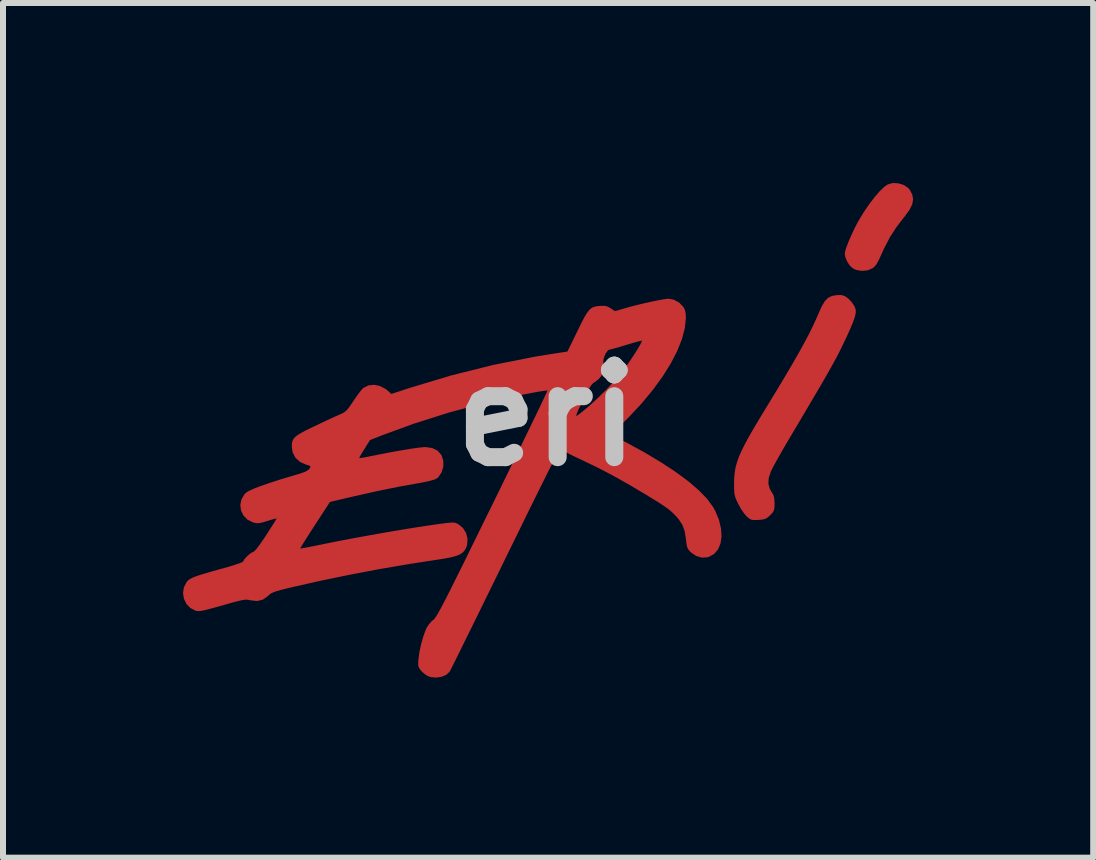
<source format=kicad_pcb>
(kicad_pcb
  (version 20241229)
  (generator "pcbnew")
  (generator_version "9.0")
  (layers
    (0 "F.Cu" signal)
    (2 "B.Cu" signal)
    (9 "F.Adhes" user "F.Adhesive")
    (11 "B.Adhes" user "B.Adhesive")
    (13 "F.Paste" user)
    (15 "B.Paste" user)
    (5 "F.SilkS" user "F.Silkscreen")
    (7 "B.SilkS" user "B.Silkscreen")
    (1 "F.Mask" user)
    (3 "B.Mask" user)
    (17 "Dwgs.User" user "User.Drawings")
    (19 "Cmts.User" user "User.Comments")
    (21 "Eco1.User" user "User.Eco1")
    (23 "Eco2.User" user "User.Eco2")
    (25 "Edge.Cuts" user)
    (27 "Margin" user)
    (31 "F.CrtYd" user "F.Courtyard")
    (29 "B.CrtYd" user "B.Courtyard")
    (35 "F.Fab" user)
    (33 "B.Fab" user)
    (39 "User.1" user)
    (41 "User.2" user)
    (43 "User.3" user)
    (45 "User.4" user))
  (footprint "eri"
    (layer "F.Cu")
    (at 6.061 3.878)
    (property "Reference" "eri" (at 0 0 0) (layer "Dwgs.User") (effects (font (size 1.524 1.524) (thickness 0.3))))
    (attr board_only exclude_from_pos_files exclude_from_bom)
    (fp_poly (pts (xy 5.856 -3.874) (xy 5.945 -3.847) (xy 6.019 -3.799) (xy 6.05 -3.763) (xy 6.091 -3.683) (xy 6.104 -3.606) (xy 6.09 -3.525) (xy 6.046 -3.435) (xy 5.971 -3.33) (xy 5.948 -3.302) (xy 5.821 -3.136) (xy 5.714 -2.969) (xy 5.619 -2.785) (xy 5.575 -2.688) (xy 5.532 -2.594) (xy 5.495 -2.528) (xy 5.461 -2.485) (xy 5.429 -2.459) (xy 5.347 -2.423) (xy 5.25 -2.414) (xy 5.155 -2.43) (xy 5.103 -2.454) (xy 5.049 -2.503) (xy 5.003 -2.574) (xy 4.972 -2.652) (xy 4.965 -2.699) (xy 4.973 -2.746) (xy 4.996 -2.819) (xy 5.032 -2.91) (xy 5.076 -3.011) (xy 5.125 -3.116) (xy 5.176 -3.215) (xy 5.199 -3.256) (xy 5.284 -3.396) (xy 5.374 -3.527) (xy 5.463 -3.644) (xy 5.548 -3.742) (xy 5.624 -3.815) (xy 5.682 -3.855) (xy 5.764 -3.878)) (stroke (width 0) (type solid)) (fill yes) (layer "F.Cu"))
    (fp_poly (pts (xy 4.968 -1.993) (xy 5.029 -1.949) (xy 5.085 -1.889) (xy 5.128 -1.823) (xy 5.146 -1.773) (xy 5.149 -1.733) (xy 5.143 -1.686) (xy 5.127 -1.626) (xy 5.099 -1.55) (xy 5.058 -1.452) (xy 5.003 -1.329) (xy 4.93 -1.177) (xy 4.926 -1.169) (xy 4.895 -1.105) (xy 4.863 -1.041) (xy 4.828 -0.973) (xy 4.787 -0.899) (xy 4.741 -0.815) (xy 4.687 -0.719) (xy 4.623 -0.607) (xy 4.548 -0.478) (xy 4.459 -0.327) (xy 4.357 -0.153) (xy 4.238 0.048) (xy 4.101 0.278) (xy 4.066 0.338) (xy 3.989 0.467) (xy 3.918 0.591) (xy 3.854 0.704) (xy 3.8 0.8) (xy 3.76 0.875) (xy 3.736 0.923) (xy 3.734 0.927) (xy 3.698 1.039) (xy 3.692 1.134) (xy 3.716 1.218) (xy 3.742 1.262) (xy 3.774 1.315) (xy 3.79 1.368) (xy 3.795 1.437) (xy 3.796 1.461) (xy 3.794 1.53) (xy 3.785 1.575) (xy 3.764 1.612) (xy 3.725 1.654) (xy 3.724 1.655) (xy 3.68 1.695) (xy 3.64 1.718) (xy 3.589 1.73) (xy 3.529 1.735) (xy 3.46 1.738) (xy 3.414 1.733) (xy 3.378 1.716) (xy 3.338 1.683) (xy 3.335 1.681) (xy 3.291 1.631) (xy 3.241 1.56) (xy 3.196 1.479) (xy 3.192 1.472) (xy 3.159 1.404) (xy 3.139 1.352) (xy 3.127 1.302) (xy 3.122 1.243) (xy 3.121 1.162) (xy 3.121 1.121) (xy 3.123 1.031) (xy 3.131 0.947) (xy 3.145 0.864) (xy 3.168 0.778) (xy 3.2 0.687) (xy 3.245 0.585) (xy 3.302 0.47) (xy 3.374 0.338) (xy 3.463 0.184) (xy 3.57 0.005) (xy 3.679 -0.174) (xy 3.837 -0.433) (xy 3.975 -0.663) (xy 4.095 -0.867) (xy 4.199 -1.048) (xy 4.288 -1.21) (xy 4.365 -1.354) (xy 4.43 -1.486) (xy 4.486 -1.606) (xy 4.53 -1.709) (xy 4.583 -1.827) (xy 4.634 -1.911) (xy 4.689 -1.966) (xy 4.755 -1.998) (xy 4.838 -2.011) (xy 4.914 -2.011)) (stroke (width 0) (type solid)) (fill yes) (layer "F.Cu"))
    (fp_poly (pts (xy 2.12 -1.933) (xy 2.206 -1.886) (xy 2.274 -1.816) (xy 2.274 -1.816) (xy 2.302 -1.764) (xy 2.315 -1.702) (xy 2.318 -1.632) (xy 2.301 -1.462) (xy 2.252 -1.277) (xy 2.173 -1.078) (xy 2.064 -0.868) (xy 1.928 -0.651) (xy 1.766 -0.429) (xy 1.58 -0.205) (xy 1.371 0.019) (xy 1.317 0.073) (xy 1.24 0.15) (xy 1.174 0.218) (xy 1.123 0.271) (xy 1.092 0.305) (xy 1.084 0.316) (xy 1.103 0.327) (xy 1.149 0.352) (xy 1.217 0.388) (xy 1.3 0.432) (xy 1.323 0.444) (xy 1.634 0.614) (xy 1.911 0.78) (xy 2.154 0.94) (xy 2.363 1.095) (xy 2.535 1.243) (xy 2.672 1.385) (xy 2.771 1.52) (xy 2.807 1.584) (xy 2.869 1.734) (xy 2.903 1.878) (xy 2.912 2.01) (xy 2.895 2.128) (xy 2.854 2.226) (xy 2.789 2.302) (xy 2.7 2.352) (xy 2.678 2.358) (xy 2.586 2.364) (xy 2.492 2.337) (xy 2.405 2.279) (xy 2.386 2.26) (xy 2.357 2.225) (xy 2.338 2.185) (xy 2.327 2.129) (xy 2.318 2.053) (xy 2.298 1.923) (xy 2.259 1.817) (xy 2.195 1.72) (xy 2.14 1.659) (xy 2.098 1.617) (xy 2.053 1.577) (xy 2.001 1.537) (xy 1.936 1.492) (xy 1.854 1.438) (xy 1.748 1.373) (xy 1.615 1.292) (xy 1.604 1.285) (xy 1.335 1.127) (xy 1.087 0.988) (xy 0.849 0.864) (xy 0.614 0.751) (xy 0.57 0.73) (xy 0.47 0.683) (xy 0.381 0.639) (xy 0.31 0.601) (xy 0.263 0.572) (xy 0.249 0.561) (xy 0.243 0.556) (xy 0.236 0.557) (xy 0.227 0.564) (xy 0.214 0.579) (xy 0.196 0.606) (xy 0.174 0.644) (xy 0.144 0.697) (xy 0.108 0.766) (xy 0.063 0.852) (xy 0.009 0.959) (xy -0.055 1.088) (xy -0.131 1.24) (xy -0.219 1.418) (xy -0.32 1.623) (xy -0.435 1.858) (xy -0.565 2.124) (xy -0.687 2.372) (xy -0.809 2.623) (xy -0.928 2.865) (xy -1.041 3.095) (xy -1.147 3.312) (xy -1.245 3.512) (xy -1.335 3.693) (xy -1.414 3.854) (xy -1.482 3.991) (xy -1.537 4.103) (xy -1.579 4.187) (xy -1.606 4.241) (xy -1.618 4.262) (xy -1.672 4.315) (xy -1.75 4.349) (xy -1.841 4.363) (xy -1.933 4.354) (xy -1.981 4.338) (xy -2.032 4.306) (xy -2.084 4.26) (xy -2.094 4.248) (xy -2.123 4.21) (xy -2.139 4.176) (xy -2.143 4.132) (xy -2.139 4.066) (xy -2.138 4.053) (xy -2.122 3.935) (xy -2.093 3.804) (xy -2.057 3.676) (xy -2.017 3.566) (xy -2.003 3.535) (xy -1.963 3.473) (xy -1.913 3.419) (xy -1.894 3.404) (xy -1.882 3.394) (xy -1.868 3.378) (xy -1.851 3.354) (xy -1.829 3.32) (xy -1.802 3.274) (xy -1.769 3.214) (xy -1.729 3.138) (xy -1.681 3.045) (xy -1.623 2.932) (xy -1.556 2.797) (xy -1.477 2.639) (xy -1.386 2.456) (xy -1.283 2.245) (xy -1.165 2.005) (xy -1.032 1.734) (xy -0.904 1.474) (xy -0.78 1.221) (xy -0.662 0.978) (xy -0.549 0.748) (xy -0.444 0.531) (xy -0.347 0.331) (xy -0.259 0.149) (xy -0.181 -0.011) (xy -0.181 -0.012) (xy 0.492 -0.012) (xy 0.494 0.004) (xy 0.497 0.003) (xy 0.526 -0.017) (xy 0.576 -0.056) (xy 0.639 -0.107) (xy 0.686 -0.146) (xy 0.841 -0.286) (xy 0.997 -0.44) (xy 1.143 -0.599) (xy 1.251 -0.728) (xy 1.304 -0.799) (xy 1.362 -0.88) (xy 1.42 -0.965) (xy 1.475 -1.049) (xy 1.522 -1.126) (xy 1.559 -1.189) (xy 1.582 -1.233) (xy 1.585 -1.251) (xy 1.585 -1.251) (xy 1.562 -1.248) (xy 1.51 -1.235) (xy 1.435 -1.214) (xy 1.345 -1.187) (xy 1.318 -1.179) (xy 1.223 -1.15) (xy 1.14 -1.126) (xy 1.078 -1.109) (xy 1.042 -1.101) (xy 1.038 -1.101) (xy 1.015 -1.085) (xy 0.986 -1.044) (xy 0.972 -1.019) (xy 0.946 -0.947) (xy 0.939 -0.871) (xy 0.941 -0.831) (xy 0.943 -0.76) (xy 0.933 -0.71) (xy 0.908 -0.663) (xy 0.905 -0.658) (xy 0.859 -0.607) (xy 0.807 -0.566) (xy 0.799 -0.562) (xy 0.772 -0.543) (xy 0.744 -0.513) (xy 0.712 -0.465) (xy 0.672 -0.395) (xy 0.621 -0.296) (xy 0.601 -0.255) (xy 0.546 -0.142) (xy 0.509 -0.061) (xy 0.492 -0.012) (xy -0.181 -0.012) (xy -0.115 -0.148) (xy -0.062 -0.26) (xy -0.023 -0.344) (xy 0.002 -0.398) (xy 0.011 -0.42) (xy 0.011 -0.42) (xy -0.011 -0.42) (xy -0.066 -0.413) (xy -0.147 -0.4) (xy -0.25 -0.381) (xy -0.369 -0.358) (xy -0.498 -0.332) (xy -0.633 -0.304) (xy -0.768 -0.275) (xy -0.896 -0.246) (xy -1.004 -0.221) (xy -1.619 -0.057) (xy -2.216 0.132) (xy -2.743 0.325) (xy -2.946 0.405) (xy -3.038 0.553) (xy -3.079 0.618) (xy -3.109 0.67) (xy -3.124 0.701) (xy -3.125 0.706) (xy -3.105 0.704) (xy -3.055 0.696) (xy -2.982 0.683) (xy -2.893 0.665) (xy -2.888 0.664) (xy -2.702 0.627) (xy -2.527 0.594) (xy -2.37 0.567) (xy -2.233 0.545) (xy -2.123 0.53) (xy -2.043 0.522) (xy -2.019 0.522) (xy -1.91 0.537) (xy -1.822 0.58) (xy -1.759 0.65) (xy -1.754 0.658) (xy -1.724 0.75) (xy -1.724 0.848) (xy -1.752 0.941) (xy -1.804 1.019) (xy -1.835 1.046) (xy -1.876 1.064) (xy -1.949 1.085) (xy -2.045 1.106) (xy -2.125 1.121) (xy -2.471 1.183) (xy -2.839 1.258) (xy -3.217 1.343) (xy -3.269 1.355) (xy -3.613 1.436) (xy -3.864 1.822) (xy -3.934 1.93) (xy -3.996 2.027) (xy -4.047 2.108) (xy -4.085 2.169) (xy -4.106 2.205) (xy -4.11 2.213) (xy -4.09 2.21) (xy -4.038 2.201) (xy -3.959 2.186) (xy -3.857 2.166) (xy -3.739 2.142) (xy -3.651 2.124) (xy -3.475 2.088) (xy -3.274 2.05) (xy -3.055 2.01) (xy -2.826 1.969) (xy -2.596 1.929) (xy -2.371 1.891) (xy -2.159 1.857) (xy -1.97 1.828) (xy -1.809 1.805) (xy -1.8 1.804) (xy -1.696 1.79) (xy -1.623 1.782) (xy -1.572 1.779) (xy -1.536 1.781) (xy -1.509 1.79) (xy -1.481 1.803) (xy -1.476 1.805) (xy -1.399 1.867) (xy -1.346 1.951) (xy -1.32 2.047) (xy -1.326 2.145) (xy -1.339 2.187) (xy -1.364 2.237) (xy -1.398 2.277) (xy -1.446 2.309) (xy -1.511 2.336) (xy -1.601 2.36) (xy -1.719 2.382) (xy -1.864 2.404) (xy -2.328 2.476) (xy -2.813 2.559) (xy -3.304 2.653) (xy -3.788 2.753) (xy -4.212 2.849) (xy -4.34 2.879) (xy -4.435 2.903) (xy -4.505 2.923) (xy -4.555 2.941) (xy -4.591 2.958) (xy -4.619 2.978) (xy -4.644 3.001) (xy -4.645 3.002) (xy -4.73 3.063) (xy -4.825 3.087) (xy -4.935 3.075) (xy -4.941 3.074) (xy -4.972 3.067) (xy -5.003 3.064) (xy -5.041 3.066) (xy -5.09 3.075) (xy -5.158 3.091) (xy -5.249 3.115) (xy -5.37 3.15) (xy -5.405 3.16) (xy -5.535 3.196) (xy -5.634 3.223) (xy -5.707 3.241) (xy -5.761 3.251) (xy -5.8 3.255) (xy -5.83 3.253) (xy -5.855 3.247) (xy -5.941 3.202) (xy -6.006 3.133) (xy -6.047 3.047) (xy -6.061 2.952) (xy -6.047 2.858) (xy -6.002 2.772) (xy -5.996 2.764) (xy -5.975 2.742) (xy -5.947 2.721) (xy -5.909 2.701) (xy -5.856 2.679) (xy -5.783 2.654) (xy -5.687 2.625) (xy -5.563 2.589) (xy -5.406 2.545) (xy -5.389 2.541) (xy -5.284 2.511) (xy -5.193 2.482) (xy -5.121 2.458) (xy -5.076 2.44) (xy -5.063 2.432) (xy -5.039 2.391) (xy -4.995 2.342) (xy -4.946 2.299) (xy -4.904 2.273) (xy -4.898 2.272) (xy -4.871 2.255) (xy -4.832 2.212) (xy -4.779 2.142) (xy -4.711 2.042) (xy -4.676 1.99) (xy -4.618 1.899) (xy -4.568 1.821) (xy -4.529 1.76) (xy -4.506 1.722) (xy -4.501 1.712) (xy -4.518 1.714) (xy -4.563 1.725) (xy -4.628 1.744) (xy -4.656 1.753) (xy -4.736 1.777) (xy -4.792 1.789) (xy -4.835 1.79) (xy -4.876 1.782) (xy -4.891 1.778) (xy -4.985 1.733) (xy -5.053 1.664) (xy -5.094 1.581) (xy -5.107 1.489) (xy -5.089 1.397) (xy -5.039 1.311) (xy -5.014 1.284) (xy -4.967 1.254) (xy -4.883 1.215) (xy -4.765 1.17) (xy -4.611 1.117) (xy -4.425 1.057) (xy -4.206 0.991) (xy -4.121 0.967) (xy -4.028 0.934) (xy -3.971 0.901) (xy -3.954 0.882) (xy -3.938 0.854) (xy -3.943 0.837) (xy -3.975 0.824) (xy -4.006 0.816) (xy -4.109 0.771) (xy -4.187 0.701) (xy -4.235 0.609) (xy -4.249 0.513) (xy -4.247 0.458) (xy -4.235 0.412) (xy -4.21 0.371) (xy -4.167 0.332) (xy -4.101 0.29) (xy -4.009 0.241) (xy -3.896 0.186) (xy -3.786 0.134) (xy -3.678 0.083) (xy -3.58 0.037) (xy -3.502 0.002) (xy -3.472 -0.011) (xy -3.413 -0.037) (xy -3.37 -0.062) (xy -3.334 -0.092) (xy -3.297 -0.137) (xy -3.252 -0.202) (xy -3.222 -0.247) (xy -3.169 -0.324) (xy -3.119 -0.392) (xy -3.078 -0.443) (xy -3.056 -0.464) (xy -2.973 -0.506) (xy -2.878 -0.516) (xy -2.779 -0.496) (xy -2.685 -0.446) (xy -2.656 -0.423) (xy -2.59 -0.364) (xy -2.294 -0.461) (xy -1.593 -0.672) (xy -0.897 -0.846) (xy -0.202 -0.984) (xy 0.051 -1.025) (xy 0.344 -1.07) (xy 0.511 -1.412) (xy 0.575 -1.542) (xy 0.626 -1.641) (xy 0.67 -1.713) (xy 0.709 -1.764) (xy 0.748 -1.797) (xy 0.791 -1.816) (xy 0.84 -1.826) (xy 0.889 -1.831) (xy 0.959 -1.832) (xy 1.01 -1.821) (xy 1.06 -1.794) (xy 1.065 -1.791) (xy 1.135 -1.743) (xy 1.297 -1.79) (xy 1.399 -1.819) (xy 1.514 -1.848) (xy 1.635 -1.877) (xy 1.752 -1.903) (xy 1.86 -1.925) (xy 1.949 -1.941) (xy 2.012 -1.95) (xy 2.028 -1.951)) (stroke (width 0) (type solid)) (fill yes) (layer "F.Cu"))
    (fp_poly (pts (xy 5.856 -3.874) (xy 5.945 -3.847) (xy 6.019 -3.799) (xy 6.05 -3.763) (xy 6.091 -3.683) (xy 6.104 -3.606) (xy 6.09 -3.525) (xy 6.046 -3.435) (xy 5.971 -3.33) (xy 5.948 -3.302) (xy 5.821 -3.136) (xy 5.714 -2.969) (xy 5.619 -2.785) (xy 5.575 -2.688) (xy 5.532 -2.594) (xy 5.495 -2.528) (xy 5.461 -2.485) (xy 5.429 -2.459) (xy 5.347 -2.423) (xy 5.25 -2.414) (xy 5.155 -2.43) (xy 5.103 -2.454) (xy 5.049 -2.503) (xy 5.003 -2.574) (xy 4.972 -2.652) (xy 4.965 -2.699) (xy 4.973 -2.746) (xy 4.996 -2.819) (xy 5.032 -2.91) (xy 5.076 -3.011) (xy 5.125 -3.116) (xy 5.176 -3.215) (xy 5.199 -3.256) (xy 5.284 -3.396) (xy 5.374 -3.527) (xy 5.463 -3.644) (xy 5.548 -3.742) (xy 5.624 -3.815) (xy 5.682 -3.855) (xy 5.764 -3.878)) (stroke (width 0) (type solid)) (fill yes) (layer "F.Mask"))
    (fp_poly (pts (xy 4.968 -1.993) (xy 5.029 -1.949) (xy 5.085 -1.889) (xy 5.128 -1.823) (xy 5.146 -1.773) (xy 5.149 -1.733) (xy 5.143 -1.686) (xy 5.127 -1.626) (xy 5.099 -1.55) (xy 5.058 -1.452) (xy 5.003 -1.329) (xy 4.93 -1.177) (xy 4.926 -1.169) (xy 4.895 -1.105) (xy 4.863 -1.041) (xy 4.828 -0.973) (xy 4.787 -0.899) (xy 4.741 -0.815) (xy 4.687 -0.719) (xy 4.623 -0.607) (xy 4.548 -0.478) (xy 4.459 -0.327) (xy 4.357 -0.153) (xy 4.238 0.048) (xy 4.101 0.278) (xy 4.066 0.338) (xy 3.989 0.467) (xy 3.918 0.591) (xy 3.854 0.704) (xy 3.8 0.8) (xy 3.76 0.875) (xy 3.736 0.923) (xy 3.734 0.927) (xy 3.698 1.039) (xy 3.692 1.134) (xy 3.716 1.218) (xy 3.742 1.262) (xy 3.774 1.315) (xy 3.79 1.368) (xy 3.795 1.437) (xy 3.796 1.461) (xy 3.794 1.53) (xy 3.785 1.575) (xy 3.764 1.612) (xy 3.725 1.654) (xy 3.724 1.655) (xy 3.68 1.695) (xy 3.64 1.718) (xy 3.589 1.73) (xy 3.529 1.735) (xy 3.46 1.738) (xy 3.414 1.733) (xy 3.378 1.716) (xy 3.338 1.683) (xy 3.335 1.681) (xy 3.291 1.631) (xy 3.241 1.56) (xy 3.196 1.479) (xy 3.192 1.472) (xy 3.159 1.404) (xy 3.139 1.352) (xy 3.127 1.302) (xy 3.122 1.243) (xy 3.121 1.162) (xy 3.121 1.121) (xy 3.123 1.031) (xy 3.131 0.947) (xy 3.145 0.864) (xy 3.168 0.778) (xy 3.2 0.687) (xy 3.245 0.585) (xy 3.302 0.47) (xy 3.374 0.338) (xy 3.463 0.184) (xy 3.57 0.005) (xy 3.679 -0.174) (xy 3.837 -0.433) (xy 3.975 -0.663) (xy 4.095 -0.867) (xy 4.199 -1.048) (xy 4.288 -1.21) (xy 4.365 -1.354) (xy 4.43 -1.486) (xy 4.486 -1.606) (xy 4.53 -1.709) (xy 4.583 -1.827) (xy 4.634 -1.911) (xy 4.689 -1.966) (xy 4.755 -1.998) (xy 4.838 -2.011) (xy 4.914 -2.011)) (stroke (width 0) (type solid)) (fill yes) (layer "F.Mask"))
    (fp_poly (pts (xy 2.12 -1.933) (xy 2.206 -1.886) (xy 2.274 -1.816) (xy 2.274 -1.816) (xy 2.302 -1.764) (xy 2.315 -1.702) (xy 2.318 -1.632) (xy 2.301 -1.462) (xy 2.252 -1.277) (xy 2.173 -1.078) (xy 2.064 -0.868) (xy 1.928 -0.651) (xy 1.766 -0.429) (xy 1.58 -0.205) (xy 1.371 0.019) (xy 1.317 0.073) (xy 1.24 0.15) (xy 1.174 0.218) (xy 1.123 0.271) (xy 1.092 0.305) (xy 1.084 0.316) (xy 1.103 0.327) (xy 1.149 0.352) (xy 1.217 0.388) (xy 1.3 0.432) (xy 1.323 0.444) (xy 1.634 0.614) (xy 1.911 0.78) (xy 2.154 0.94) (xy 2.363 1.095) (xy 2.535 1.243) (xy 2.672 1.385) (xy 2.771 1.52) (xy 2.807 1.584) (xy 2.869 1.734) (xy 2.903 1.878) (xy 2.912 2.01) (xy 2.895 2.128) (xy 2.854 2.226) (xy 2.789 2.302) (xy 2.7 2.352) (xy 2.678 2.358) (xy 2.586 2.364) (xy 2.492 2.337) (xy 2.405 2.279) (xy 2.386 2.26) (xy 2.357 2.225) (xy 2.338 2.185) (xy 2.327 2.129) (xy 2.318 2.053) (xy 2.298 1.923) (xy 2.259 1.817) (xy 2.195 1.72) (xy 2.14 1.659) (xy 2.098 1.617) (xy 2.053 1.577) (xy 2.001 1.537) (xy 1.936 1.492) (xy 1.854 1.438) (xy 1.748 1.373) (xy 1.615 1.292) (xy 1.604 1.285) (xy 1.335 1.127) (xy 1.087 0.988) (xy 0.849 0.864) (xy 0.614 0.751) (xy 0.57 0.73) (xy 0.47 0.683) (xy 0.381 0.639) (xy 0.31 0.601) (xy 0.263 0.572) (xy 0.249 0.561) (xy 0.243 0.556) (xy 0.236 0.557) (xy 0.227 0.564) (xy 0.214 0.579) (xy 0.196 0.606) (xy 0.174 0.644) (xy 0.144 0.697) (xy 0.108 0.766) (xy 0.063 0.852) (xy 0.009 0.959) (xy -0.055 1.088) (xy -0.131 1.24) (xy -0.219 1.418) (xy -0.32 1.623) (xy -0.435 1.858) (xy -0.565 2.124) (xy -0.687 2.372) (xy -0.809 2.623) (xy -0.928 2.865) (xy -1.041 3.095) (xy -1.147 3.312) (xy -1.245 3.512) (xy -1.335 3.693) (xy -1.414 3.854) (xy -1.482 3.991) (xy -1.537 4.103) (xy -1.579 4.187) (xy -1.606 4.241) (xy -1.618 4.262) (xy -1.672 4.315) (xy -1.75 4.349) (xy -1.841 4.363) (xy -1.933 4.354) (xy -1.981 4.338) (xy -2.032 4.306) (xy -2.084 4.26) (xy -2.094 4.248) (xy -2.123 4.21) (xy -2.139 4.176) (xy -2.143 4.132) (xy -2.139 4.066) (xy -2.138 4.053) (xy -2.122 3.935) (xy -2.093 3.804) (xy -2.057 3.676) (xy -2.017 3.566) (xy -2.003 3.535) (xy -1.963 3.473) (xy -1.913 3.419) (xy -1.894 3.404) (xy -1.882 3.394) (xy -1.868 3.378) (xy -1.851 3.354) (xy -1.829 3.32) (xy -1.802 3.274) (xy -1.769 3.214) (xy -1.729 3.138) (xy -1.681 3.045) (xy -1.623 2.932) (xy -1.556 2.797) (xy -1.477 2.639) (xy -1.386 2.456) (xy -1.283 2.245) (xy -1.165 2.005) (xy -1.032 1.734) (xy -0.904 1.474) (xy -0.78 1.221) (xy -0.662 0.978) (xy -0.549 0.748) (xy -0.444 0.531) (xy -0.347 0.331) (xy -0.259 0.149) (xy -0.181 -0.011) (xy -0.181 -0.012) (xy 0.492 -0.012) (xy 0.494 0.004) (xy 0.497 0.003) (xy 0.526 -0.017) (xy 0.576 -0.056) (xy 0.639 -0.107) (xy 0.686 -0.146) (xy 0.841 -0.286) (xy 0.997 -0.44) (xy 1.143 -0.599) (xy 1.251 -0.728) (xy 1.304 -0.799) (xy 1.362 -0.88) (xy 1.42 -0.965) (xy 1.475 -1.049) (xy 1.522 -1.126) (xy 1.559 -1.189) (xy 1.582 -1.233) (xy 1.585 -1.251) (xy 1.585 -1.251) (xy 1.562 -1.248) (xy 1.51 -1.235) (xy 1.435 -1.214) (xy 1.345 -1.187) (xy 1.318 -1.179) (xy 1.223 -1.15) (xy 1.14 -1.126) (xy 1.078 -1.109) (xy 1.042 -1.101) (xy 1.038 -1.101) (xy 1.015 -1.085) (xy 0.986 -1.044) (xy 0.972 -1.019) (xy 0.946 -0.947) (xy 0.939 -0.871) (xy 0.941 -0.831) (xy 0.943 -0.76) (xy 0.933 -0.71) (xy 0.908 -0.663) (xy 0.905 -0.658) (xy 0.859 -0.607) (xy 0.807 -0.566) (xy 0.799 -0.562) (xy 0.772 -0.543) (xy 0.744 -0.513) (xy 0.712 -0.465) (xy 0.672 -0.395) (xy 0.621 -0.296) (xy 0.601 -0.255) (xy 0.546 -0.142) (xy 0.509 -0.061) (xy 0.492 -0.012) (xy -0.181 -0.012) (xy -0.115 -0.148) (xy -0.062 -0.26) (xy -0.023 -0.344) (xy 0.002 -0.398) (xy 0.011 -0.42) (xy 0.011 -0.42) (xy -0.011 -0.42) (xy -0.066 -0.413) (xy -0.147 -0.4) (xy -0.25 -0.381) (xy -0.369 -0.358) (xy -0.498 -0.332) (xy -0.633 -0.304) (xy -0.768 -0.275) (xy -0.896 -0.246) (xy -1.004 -0.221) (xy -1.619 -0.057) (xy -2.216 0.132) (xy -2.743 0.325) (xy -2.946 0.405) (xy -3.038 0.553) (xy -3.079 0.618) (xy -3.109 0.67) (xy -3.124 0.701) (xy -3.125 0.706) (xy -3.105 0.704) (xy -3.055 0.696) (xy -2.982 0.683) (xy -2.893 0.665) (xy -2.888 0.664) (xy -2.702 0.627) (xy -2.527 0.594) (xy -2.37 0.567) (xy -2.233 0.545) (xy -2.123 0.53) (xy -2.043 0.522) (xy -2.019 0.522) (xy -1.91 0.537) (xy -1.822 0.58) (xy -1.759 0.65) (xy -1.754 0.658) (xy -1.724 0.75) (xy -1.724 0.848) (xy -1.752 0.941) (xy -1.804 1.019) (xy -1.835 1.046) (xy -1.876 1.064) (xy -1.949 1.085) (xy -2.045 1.106) (xy -2.125 1.121) (xy -2.471 1.183) (xy -2.839 1.258) (xy -3.217 1.343) (xy -3.269 1.355) (xy -3.613 1.436) (xy -3.864 1.822) (xy -3.934 1.93) (xy -3.996 2.027) (xy -4.047 2.108) (xy -4.085 2.169) (xy -4.106 2.205) (xy -4.11 2.213) (xy -4.09 2.21) (xy -4.038 2.201) (xy -3.959 2.186) (xy -3.857 2.166) (xy -3.739 2.142) (xy -3.651 2.124) (xy -3.475 2.088) (xy -3.274 2.05) (xy -3.055 2.01) (xy -2.826 1.969) (xy -2.596 1.929) (xy -2.371 1.891) (xy -2.159 1.857) (xy -1.97 1.828) (xy -1.809 1.805) (xy -1.8 1.804) (xy -1.696 1.79) (xy -1.623 1.782) (xy -1.572 1.779) (xy -1.536 1.781) (xy -1.509 1.79) (xy -1.481 1.803) (xy -1.476 1.805) (xy -1.399 1.867) (xy -1.346 1.951) (xy -1.32 2.047) (xy -1.326 2.145) (xy -1.339 2.187) (xy -1.364 2.237) (xy -1.398 2.277) (xy -1.446 2.309) (xy -1.511 2.336) (xy -1.601 2.36) (xy -1.719 2.382) (xy -1.864 2.404) (xy -2.328 2.476) (xy -2.813 2.559) (xy -3.304 2.653) (xy -3.788 2.753) (xy -4.212 2.849) (xy -4.34 2.879) (xy -4.435 2.903) (xy -4.505 2.923) (xy -4.555 2.941) (xy -4.591 2.958) (xy -4.619 2.978) (xy -4.644 3.001) (xy -4.645 3.002) (xy -4.73 3.063) (xy -4.825 3.087) (xy -4.935 3.075) (xy -4.941 3.074) (xy -4.972 3.067) (xy -5.003 3.064) (xy -5.041 3.066) (xy -5.09 3.075) (xy -5.158 3.091) (xy -5.249 3.115) (xy -5.37 3.15) (xy -5.405 3.16) (xy -5.535 3.196) (xy -5.634 3.223) (xy -5.707 3.241) (xy -5.761 3.251) (xy -5.8 3.255) (xy -5.83 3.253) (xy -5.855 3.247) (xy -5.941 3.202) (xy -6.006 3.133) (xy -6.047 3.047) (xy -6.061 2.952) (xy -6.047 2.858) (xy -6.002 2.772) (xy -5.996 2.764) (xy -5.975 2.742) (xy -5.947 2.721) (xy -5.909 2.701) (xy -5.856 2.679) (xy -5.783 2.654) (xy -5.687 2.625) (xy -5.563 2.589) (xy -5.406 2.545) (xy -5.389 2.541) (xy -5.284 2.511) (xy -5.193 2.482) (xy -5.121 2.458) (xy -5.076 2.44) (xy -5.063 2.432) (xy -5.039 2.391) (xy -4.995 2.342) (xy -4.946 2.299) (xy -4.904 2.273) (xy -4.898 2.272) (xy -4.871 2.255) (xy -4.832 2.212) (xy -4.779 2.142) (xy -4.711 2.042) (xy -4.676 1.99) (xy -4.618 1.899) (xy -4.568 1.821) (xy -4.529 1.76) (xy -4.506 1.722) (xy -4.501 1.712) (xy -4.518 1.714) (xy -4.563 1.725) (xy -4.628 1.744) (xy -4.656 1.753) (xy -4.736 1.777) (xy -4.792 1.789) (xy -4.835 1.79) (xy -4.876 1.782) (xy -4.891 1.778) (xy -4.985 1.733) (xy -5.053 1.664) (xy -5.094 1.581) (xy -5.107 1.489) (xy -5.089 1.397) (xy -5.039 1.311) (xy -5.014 1.284) (xy -4.967 1.254) (xy -4.883 1.215) (xy -4.765 1.17) (xy -4.611 1.117) (xy -4.425 1.057) (xy -4.206 0.991) (xy -4.121 0.967) (xy -4.028 0.934) (xy -3.971 0.901) (xy -3.954 0.882) (xy -3.938 0.854) (xy -3.943 0.837) (xy -3.975 0.824) (xy -4.006 0.816) (xy -4.109 0.771) (xy -4.187 0.701) (xy -4.235 0.609) (xy -4.249 0.513) (xy -4.247 0.458) (xy -4.235 0.412) (xy -4.21 0.371) (xy -4.167 0.332) (xy -4.101 0.29) (xy -4.009 0.241) (xy -3.896 0.186) (xy -3.786 0.134) (xy -3.678 0.083) (xy -3.58 0.037) (xy -3.502 0.002) (xy -3.472 -0.011) (xy -3.413 -0.037) (xy -3.37 -0.062) (xy -3.334 -0.092) (xy -3.297 -0.137) (xy -3.252 -0.202) (xy -3.222 -0.247) (xy -3.169 -0.324) (xy -3.119 -0.392) (xy -3.078 -0.443) (xy -3.056 -0.464) (xy -2.973 -0.506) (xy -2.878 -0.516) (xy -2.779 -0.496) (xy -2.685 -0.446) (xy -2.656 -0.423) (xy -2.59 -0.364) (xy -2.294 -0.461) (xy -1.593 -0.672) (xy -0.897 -0.846) (xy -0.202 -0.984) (xy 0.051 -1.025) (xy 0.344 -1.07) (xy 0.511 -1.412) (xy 0.575 -1.542) (xy 0.626 -1.641) (xy 0.67 -1.713) (xy 0.709 -1.764) (xy 0.748 -1.797) (xy 0.791 -1.816) (xy 0.84 -1.826) (xy 0.889 -1.831) (xy 0.959 -1.832) (xy 1.01 -1.821) (xy 1.06 -1.794) (xy 1.065 -1.791) (xy 1.135 -1.743) (xy 1.297 -1.79) (xy 1.399 -1.819) (xy 1.514 -1.848) (xy 1.635 -1.877) (xy 1.752 -1.903) (xy 1.86 -1.925) (xy 1.949 -1.941) (xy 2.012 -1.95) (xy 2.028 -1.951)) (stroke (width 0) (type solid)) (fill yes) (layer "F.Mask")))
  (gr_rect
    (start -3 -3)
    (end 15.166 11.241)
    (stroke (width 0.1) (type default))
    (fill no)
    (layer "Edge.Cuts")))
</source>
